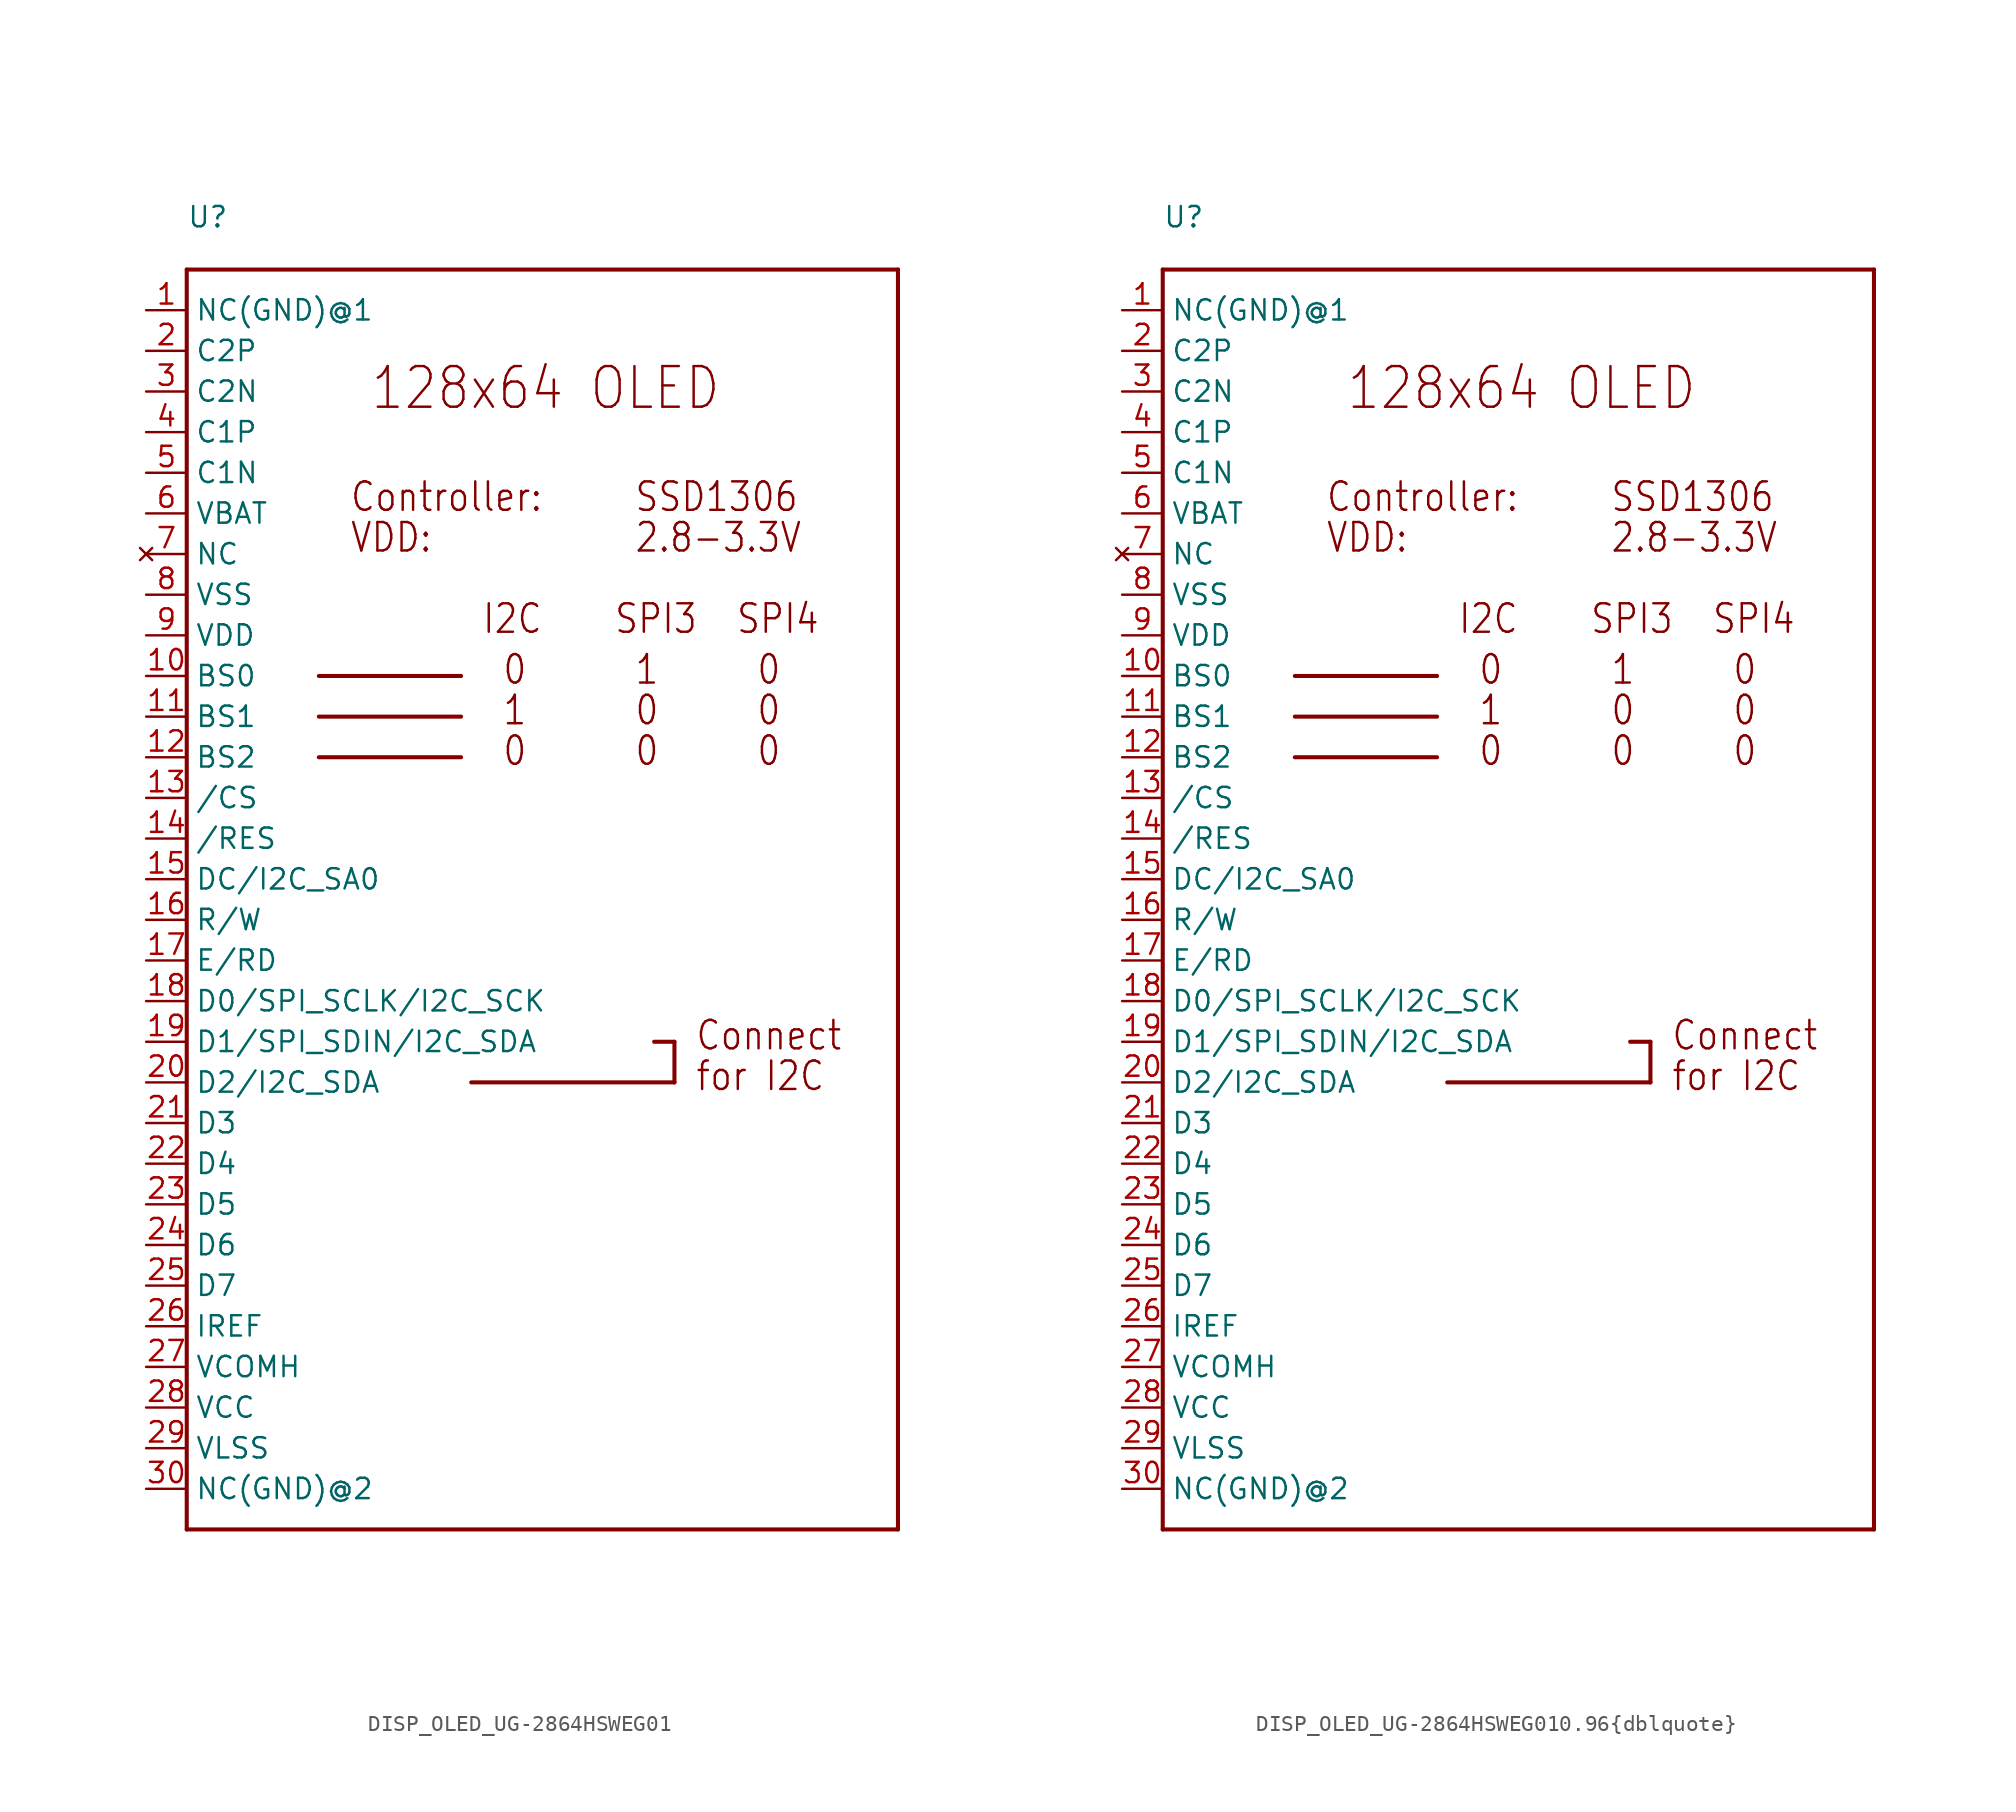
<source format=kicad_sym>
(kicad_symbol_lib
  (version 20220914)
  (generator kicad_symbol_editor)
  (symbol "DISP_OLED_UG-2864HSWEG01"
    (property "Reference" "U"
      (at -22.86 40.64 0)
      (effects (font (size 1.27 1.27)) (justify left bottom)))
    (property "Value" ""
      (at -22.86 -43.18 0)
      (effects (font (size 1.27 1.27)) (justify left bottom)))
    (property "ki_locked" ""
      (at 0 0 0)
      (effects (font (size 1.27 1.27))))
    (symbol "DISP_OLED_UG-2864HSWEG01_1_0"
      (polyline (pts (xy -22.86 -40.64) (xy -22.86 38.1)) (stroke (width 0.254) (type solid)) (fill (type none)))
      (polyline (pts (xy -22.86 38.1) (xy 21.59 38.1)) (stroke (width 0.254) (type solid)) (fill (type none)))
      (polyline (pts (xy -14.605 7.62) (xy -5.715 7.62)) (stroke (width 0.254) (type solid)) (fill (type none)))
      (polyline (pts (xy -14.605 10.16) (xy -5.715 10.16)) (stroke (width 0.254) (type solid)) (fill (type none)))
      (polyline (pts (xy -14.605 12.7) (xy -5.715 12.7)) (stroke (width 0.254) (type solid)) (fill (type none)))
      (polyline (pts (xy 6.35 -10.16) (xy 7.62 -10.16)) (stroke (width 0.254) (type solid)) (fill (type none)))
      (polyline (pts (xy 7.62 -12.7) (xy -5.08 -12.7)) (stroke (width 0.254) (type solid)) (fill (type none)))
      (polyline (pts (xy 7.62 -10.16) (xy 7.62 -12.7)) (stroke (width 0.254) (type solid)) (fill (type none)))
      (polyline (pts (xy 21.59 -40.64) (xy -22.86 -40.64)) (stroke (width 0.254) (type solid)) (fill (type none)))
      (polyline (pts (xy 21.59 38.1) (xy 21.59 -40.64)) (stroke (width 0.254) (type solid)) (fill (type none)))
      (text "0" (at -3.175 6.985 0) (effects (font (size 1.778 1.511)) (justify left bottom)))
      (text "0" (at -3.175 12.065 0) (effects (font (size 1.778 1.511)) (justify left bottom)))
      (text "0" (at 5.08 6.985 0) (effects (font (size 1.778 1.511)) (justify left bottom)))
      (text "0" (at 5.08 9.525 0) (effects (font (size 1.778 1.511)) (justify left bottom)))
      (text "0" (at 12.7 6.985 0) (effects (font (size 1.778 1.511)) (justify left bottom)))
      (text "0" (at 12.7 9.525 0) (effects (font (size 1.778 1.511)) (justify left bottom)))
      (text "0" (at 12.7 12.065 0) (effects (font (size 1.778 1.511)) (justify left bottom)))
      (text "1" (at -3.175 9.525 0) (effects (font (size 1.778 1.511)) (justify left bottom)))
      (text "1" (at 5.08 12.065 0) (effects (font (size 1.778 1.511)) (justify left bottom)))
      (text "128x64 OLED" (at -11.43 29.21 0) (effects (font (size 2.54 2.159)) (justify left bottom)))
      (text "2.8-3.3V" (at 5.08 20.32 0) (effects (font (size 1.778 1.511)) (justify left bottom)))
      (text "Connect" (at 8.89 -10.795 0) (effects (font (size 1.778 1.511)) (justify left bottom)))
      (text "Controller:" (at -12.7 22.86 0) (effects (font (size 1.778 1.511)) (justify left bottom)))
      (text "for I2C" (at 8.89 -13.335 0) (effects (font (size 1.778 1.511)) (justify left bottom)))
      (text "I2C" (at -4.445 15.24 0) (effects (font (size 1.778 1.511)) (justify left bottom)))
      (text "SPI3" (at 3.81 15.24 0) (effects (font (size 1.778 1.511)) (justify left bottom)))
      (text "SPI4" (at 11.43 15.24 0) (effects (font (size 1.778 1.511)) (justify left bottom)))
      (text "SSD1306" (at 5.08 22.86 0) (effects (font (size 1.778 1.511)) (justify left bottom)))
      (text "VDD:" (at -12.7 20.32 0) (effects (font (size 1.778 1.511)) (justify left bottom)))
      (pin input line (at -25.4 35.56 0) (length 2.54) (name "NC(GND)@1" (effects (font (size 1.27 1.27)))) (number "1" (effects (font (size 1.27 1.27)))))
      (pin input line (at -25.4 12.7 0) (length 2.54) (name "BS0" (effects (font (size 1.27 1.27)))) (number "10" (effects (font (size 1.27 1.27)))))
      (pin input line (at -25.4 10.16 0) (length 2.54) (name "BS1" (effects (font (size 1.27 1.27)))) (number "11" (effects (font (size 1.27 1.27)))))
      (pin input line (at -25.4 7.62 0) (length 2.54) (name "BS2" (effects (font (size 1.27 1.27)))) (number "12" (effects (font (size 1.27 1.27)))))
      (pin input line (at -25.4 5.08 0) (length 2.54) (name "/CS" (effects (font (size 1.27 1.27)))) (number "13" (effects (font (size 1.27 1.27)))))
      (pin input line (at -25.4 2.54 0) (length 2.54) (name "/RES" (effects (font (size 1.27 1.27)))) (number "14" (effects (font (size 1.27 1.27)))))
      (pin input line (at -25.4 0 0) (length 2.54) (name "DC/I2C_SA0" (effects (font (size 1.27 1.27)))) (number "15" (effects (font (size 1.27 1.27)))))
      (pin input line (at -25.4 -2.54 0) (length 2.54) (name "R/W" (effects (font (size 1.27 1.27)))) (number "16" (effects (font (size 1.27 1.27)))))
      (pin input line (at -25.4 -5.08 0) (length 2.54) (name "E/RD" (effects (font (size 1.27 1.27)))) (number "17" (effects (font (size 1.27 1.27)))))
      (pin bidirectional line (at -25.4 -7.62 0) (length 2.54) (name "D0/SPI_SCLK/I2C_SCK" (effects (font (size 1.27 1.27)))) (number "18" (effects (font (size 1.27 1.27)))))
      (pin bidirectional line (at -25.4 -10.16 0) (length 2.54) (name "D1/SPI_SDIN/I2C_SDA" (effects (font (size 1.27 1.27)))) (number "19" (effects (font (size 1.27 1.27)))))
      (pin input line (at -25.4 33.02 0) (length 2.54) (name "C2P" (effects (font (size 1.27 1.27)))) (number "2" (effects (font (size 1.27 1.27)))))
      (pin bidirectional line (at -25.4 -12.7 0) (length 2.54) (name "D2/I2C_SDA" (effects (font (size 1.27 1.27)))) (number "20" (effects (font (size 1.27 1.27)))))
      (pin bidirectional line (at -25.4 -15.24 0) (length 2.54) (name "D3" (effects (font (size 1.27 1.27)))) (number "21" (effects (font (size 1.27 1.27)))))
      (pin bidirectional line (at -25.4 -17.78 0) (length 2.54) (name "D4" (effects (font (size 1.27 1.27)))) (number "22" (effects (font (size 1.27 1.27)))))
      (pin bidirectional line (at -25.4 -20.32 0) (length 2.54) (name "D5" (effects (font (size 1.27 1.27)))) (number "23" (effects (font (size 1.27 1.27)))))
      (pin bidirectional line (at -25.4 -22.86 0) (length 2.54) (name "D6" (effects (font (size 1.27 1.27)))) (number "24" (effects (font (size 1.27 1.27)))))
      (pin bidirectional line (at -25.4 -25.4 0) (length 2.54) (name "D7" (effects (font (size 1.27 1.27)))) (number "25" (effects (font (size 1.27 1.27)))))
      (pin input line (at -25.4 -27.94 0) (length 2.54) (name "IREF" (effects (font (size 1.27 1.27)))) (number "26" (effects (font (size 1.27 1.27)))))
      (pin output line (at -25.4 -30.48 0) (length 2.54) (name "VCOMH" (effects (font (size 1.27 1.27)))) (number "27" (effects (font (size 1.27 1.27)))))
      (pin power_in line (at -25.4 -33.02 0) (length 2.54) (name "VCC" (effects (font (size 1.27 1.27)))) (number "28" (effects (font (size 1.27 1.27)))))
      (pin power_in line (at -25.4 -35.56 0) (length 2.54) (name "VLSS" (effects (font (size 1.27 1.27)))) (number "29" (effects (font (size 1.27 1.27)))))
      (pin input line (at -25.4 30.48 0) (length 2.54) (name "C2N" (effects (font (size 1.27 1.27)))) (number "3" (effects (font (size 1.27 1.27)))))
      (pin input line (at -25.4 -38.1 0) (length 2.54) (name "NC(GND)@2" (effects (font (size 1.27 1.27)))) (number "30" (effects (font (size 1.27 1.27)))))
      (pin input line (at -25.4 27.94 0) (length 2.54) (name "C1P" (effects (font (size 1.27 1.27)))) (number "4" (effects (font (size 1.27 1.27)))))
      (pin input line (at -25.4 25.4 0) (length 2.54) (name "C1N" (effects (font (size 1.27 1.27)))) (number "5" (effects (font (size 1.27 1.27)))))
      (pin input line (at -25.4 22.86 0) (length 2.54) (name "VBAT" (effects (font (size 1.27 1.27)))) (number "6" (effects (font (size 1.27 1.27)))))
      (pin no_connect line (at -25.4 20.32 0) (length 2.54) (name "NC" (effects (font (size 1.27 1.27)))) (number "7" (effects (font (size 1.27 1.27)))))
      (pin power_in line (at -25.4 17.78 0) (length 2.54) (name "VSS" (effects (font (size 1.27 1.27)))) (number "8" (effects (font (size 1.27 1.27)))))
      (pin power_in line (at -25.4 15.24 0) (length 2.54) (name "VDD" (effects (font (size 1.27 1.27)))) (number "9" (effects (font (size 1.27 1.27)))))))
  (symbol "DISP_OLED_UG-2864HSWEG010.96{dblquote}"
    (property "Reference" "U"
      (at -22.86 40.64 0)
      (effects (font (size 1.27 1.27)) (justify left bottom)))
    (property "Value" ""
      (at -22.86 -43.18 0)
      (effects (font (size 1.27 1.27)) (justify left bottom)))
    (property "ki_locked" ""
      (at 0 0 0)
      (effects (font (size 1.27 1.27))))
    (symbol "DISP_OLED_UG-2864HSWEG010.96{dblquote}_1_0"
      (polyline (pts (xy -22.86 -40.64) (xy -22.86 38.1)) (stroke (width 0.254) (type solid)) (fill (type none)))
      (polyline (pts (xy -22.86 38.1) (xy 21.59 38.1)) (stroke (width 0.254) (type solid)) (fill (type none)))
      (polyline (pts (xy -14.605 7.62) (xy -5.715 7.62)) (stroke (width 0.254) (type solid)) (fill (type none)))
      (polyline (pts (xy -14.605 10.16) (xy -5.715 10.16)) (stroke (width 0.254) (type solid)) (fill (type none)))
      (polyline (pts (xy -14.605 12.7) (xy -5.715 12.7)) (stroke (width 0.254) (type solid)) (fill (type none)))
      (polyline (pts (xy 6.35 -10.16) (xy 7.62 -10.16)) (stroke (width 0.254) (type solid)) (fill (type none)))
      (polyline (pts (xy 7.62 -12.7) (xy -5.08 -12.7)) (stroke (width 0.254) (type solid)) (fill (type none)))
      (polyline (pts (xy 7.62 -10.16) (xy 7.62 -12.7)) (stroke (width 0.254) (type solid)) (fill (type none)))
      (polyline (pts (xy 21.59 -40.64) (xy -22.86 -40.64)) (stroke (width 0.254) (type solid)) (fill (type none)))
      (polyline (pts (xy 21.59 38.1) (xy 21.59 -40.64)) (stroke (width 0.254) (type solid)) (fill (type none)))
      (text "0" (at -3.175 6.985 0) (effects (font (size 1.778 1.511)) (justify left bottom)))
      (text "0" (at -3.175 12.065 0) (effects (font (size 1.778 1.511)) (justify left bottom)))
      (text "0" (at 5.08 6.985 0) (effects (font (size 1.778 1.511)) (justify left bottom)))
      (text "0" (at 5.08 9.525 0) (effects (font (size 1.778 1.511)) (justify left bottom)))
      (text "0" (at 12.7 6.985 0) (effects (font (size 1.778 1.511)) (justify left bottom)))
      (text "0" (at 12.7 9.525 0) (effects (font (size 1.778 1.511)) (justify left bottom)))
      (text "0" (at 12.7 12.065 0) (effects (font (size 1.778 1.511)) (justify left bottom)))
      (text "1" (at -3.175 9.525 0) (effects (font (size 1.778 1.511)) (justify left bottom)))
      (text "1" (at 5.08 12.065 0) (effects (font (size 1.778 1.511)) (justify left bottom)))
      (text "128x64 OLED" (at -11.43 29.21 0) (effects (font (size 2.54 2.159)) (justify left bottom)))
      (text "2.8-3.3V" (at 5.08 20.32 0) (effects (font (size 1.778 1.511)) (justify left bottom)))
      (text "Connect" (at 8.89 -10.795 0) (effects (font (size 1.778 1.511)) (justify left bottom)))
      (text "Controller:" (at -12.7 22.86 0) (effects (font (size 1.778 1.511)) (justify left bottom)))
      (text "for I2C" (at 8.89 -13.335 0) (effects (font (size 1.778 1.511)) (justify left bottom)))
      (text "I2C" (at -4.445 15.24 0) (effects (font (size 1.778 1.511)) (justify left bottom)))
      (text "SPI3" (at 3.81 15.24 0) (effects (font (size 1.778 1.511)) (justify left bottom)))
      (text "SPI4" (at 11.43 15.24 0) (effects (font (size 1.778 1.511)) (justify left bottom)))
      (text "SSD1306" (at 5.08 22.86 0) (effects (font (size 1.778 1.511)) (justify left bottom)))
      (text "VDD:" (at -12.7 20.32 0) (effects (font (size 1.778 1.511)) (justify left bottom)))
      (pin input line (at -25.4 35.56 0) (length 2.54) (name "NC(GND)@1" (effects (font (size 1.27 1.27)))) (number "1" (effects (font (size 1.27 1.27)))))
      (pin input line (at -25.4 12.7 0) (length 2.54) (name "BS0" (effects (font (size 1.27 1.27)))) (number "10" (effects (font (size 1.27 1.27)))))
      (pin input line (at -25.4 10.16 0) (length 2.54) (name "BS1" (effects (font (size 1.27 1.27)))) (number "11" (effects (font (size 1.27 1.27)))))
      (pin input line (at -25.4 7.62 0) (length 2.54) (name "BS2" (effects (font (size 1.27 1.27)))) (number "12" (effects (font (size 1.27 1.27)))))
      (pin input line (at -25.4 5.08 0) (length 2.54) (name "/CS" (effects (font (size 1.27 1.27)))) (number "13" (effects (font (size 1.27 1.27)))))
      (pin input line (at -25.4 2.54 0) (length 2.54) (name "/RES" (effects (font (size 1.27 1.27)))) (number "14" (effects (font (size 1.27 1.27)))))
      (pin input line (at -25.4 0 0) (length 2.54) (name "DC/I2C_SA0" (effects (font (size 1.27 1.27)))) (number "15" (effects (font (size 1.27 1.27)))))
      (pin input line (at -25.4 -2.54 0) (length 2.54) (name "R/W" (effects (font (size 1.27 1.27)))) (number "16" (effects (font (size 1.27 1.27)))))
      (pin input line (at -25.4 -5.08 0) (length 2.54) (name "E/RD" (effects (font (size 1.27 1.27)))) (number "17" (effects (font (size 1.27 1.27)))))
      (pin bidirectional line (at -25.4 -7.62 0) (length 2.54) (name "D0/SPI_SCLK/I2C_SCK" (effects (font (size 1.27 1.27)))) (number "18" (effects (font (size 1.27 1.27)))))
      (pin bidirectional line (at -25.4 -10.16 0) (length 2.54) (name "D1/SPI_SDIN/I2C_SDA" (effects (font (size 1.27 1.27)))) (number "19" (effects (font (size 1.27 1.27)))))
      (pin input line (at -25.4 33.02 0) (length 2.54) (name "C2P" (effects (font (size 1.27 1.27)))) (number "2" (effects (font (size 1.27 1.27)))))
      (pin bidirectional line (at -25.4 -12.7 0) (length 2.54) (name "D2/I2C_SDA" (effects (font (size 1.27 1.27)))) (number "20" (effects (font (size 1.27 1.27)))))
      (pin bidirectional line (at -25.4 -15.24 0) (length 2.54) (name "D3" (effects (font (size 1.27 1.27)))) (number "21" (effects (font (size 1.27 1.27)))))
      (pin bidirectional line (at -25.4 -17.78 0) (length 2.54) (name "D4" (effects (font (size 1.27 1.27)))) (number "22" (effects (font (size 1.27 1.27)))))
      (pin bidirectional line (at -25.4 -20.32 0) (length 2.54) (name "D5" (effects (font (size 1.27 1.27)))) (number "23" (effects (font (size 1.27 1.27)))))
      (pin bidirectional line (at -25.4 -22.86 0) (length 2.54) (name "D6" (effects (font (size 1.27 1.27)))) (number "24" (effects (font (size 1.27 1.27)))))
      (pin bidirectional line (at -25.4 -25.4 0) (length 2.54) (name "D7" (effects (font (size 1.27 1.27)))) (number "25" (effects (font (size 1.27 1.27)))))
      (pin input line (at -25.4 -27.94 0) (length 2.54) (name "IREF" (effects (font (size 1.27 1.27)))) (number "26" (effects (font (size 1.27 1.27)))))
      (pin output line (at -25.4 -30.48 0) (length 2.54) (name "VCOMH" (effects (font (size 1.27 1.27)))) (number "27" (effects (font (size 1.27 1.27)))))
      (pin power_in line (at -25.4 -33.02 0) (length 2.54) (name "VCC" (effects (font (size 1.27 1.27)))) (number "28" (effects (font (size 1.27 1.27)))))
      (pin power_in line (at -25.4 -35.56 0) (length 2.54) (name "VLSS" (effects (font (size 1.27 1.27)))) (number "29" (effects (font (size 1.27 1.27)))))
      (pin input line (at -25.4 30.48 0) (length 2.54) (name "C2N" (effects (font (size 1.27 1.27)))) (number "3" (effects (font (size 1.27 1.27)))))
      (pin input line (at -25.4 -38.1 0) (length 2.54) (name "NC(GND)@2" (effects (font (size 1.27 1.27)))) (number "30" (effects (font (size 1.27 1.27)))))
      (pin input line (at -25.4 27.94 0) (length 2.54) (name "C1P" (effects (font (size 1.27 1.27)))) (number "4" (effects (font (size 1.27 1.27)))))
      (pin input line (at -25.4 25.4 0) (length 2.54) (name "C1N" (effects (font (size 1.27 1.27)))) (number "5" (effects (font (size 1.27 1.27)))))
      (pin input line (at -25.4 22.86 0) (length 2.54) (name "VBAT" (effects (font (size 1.27 1.27)))) (number "6" (effects (font (size 1.27 1.27)))))
      (pin no_connect line (at -25.4 20.32 0) (length 2.54) (name "NC" (effects (font (size 1.27 1.27)))) (number "7" (effects (font (size 1.27 1.27)))))
      (pin power_in line (at -25.4 17.78 0) (length 2.54) (name "VSS" (effects (font (size 1.27 1.27)))) (number "8" (effects (font (size 1.27 1.27)))))
      (pin power_in line (at -25.4 15.24 0) (length 2.54) (name "VDD" (effects (font (size 1.27 1.27)))) (number "9" (effects (font (size 1.27 1.27))))))))
</source>
